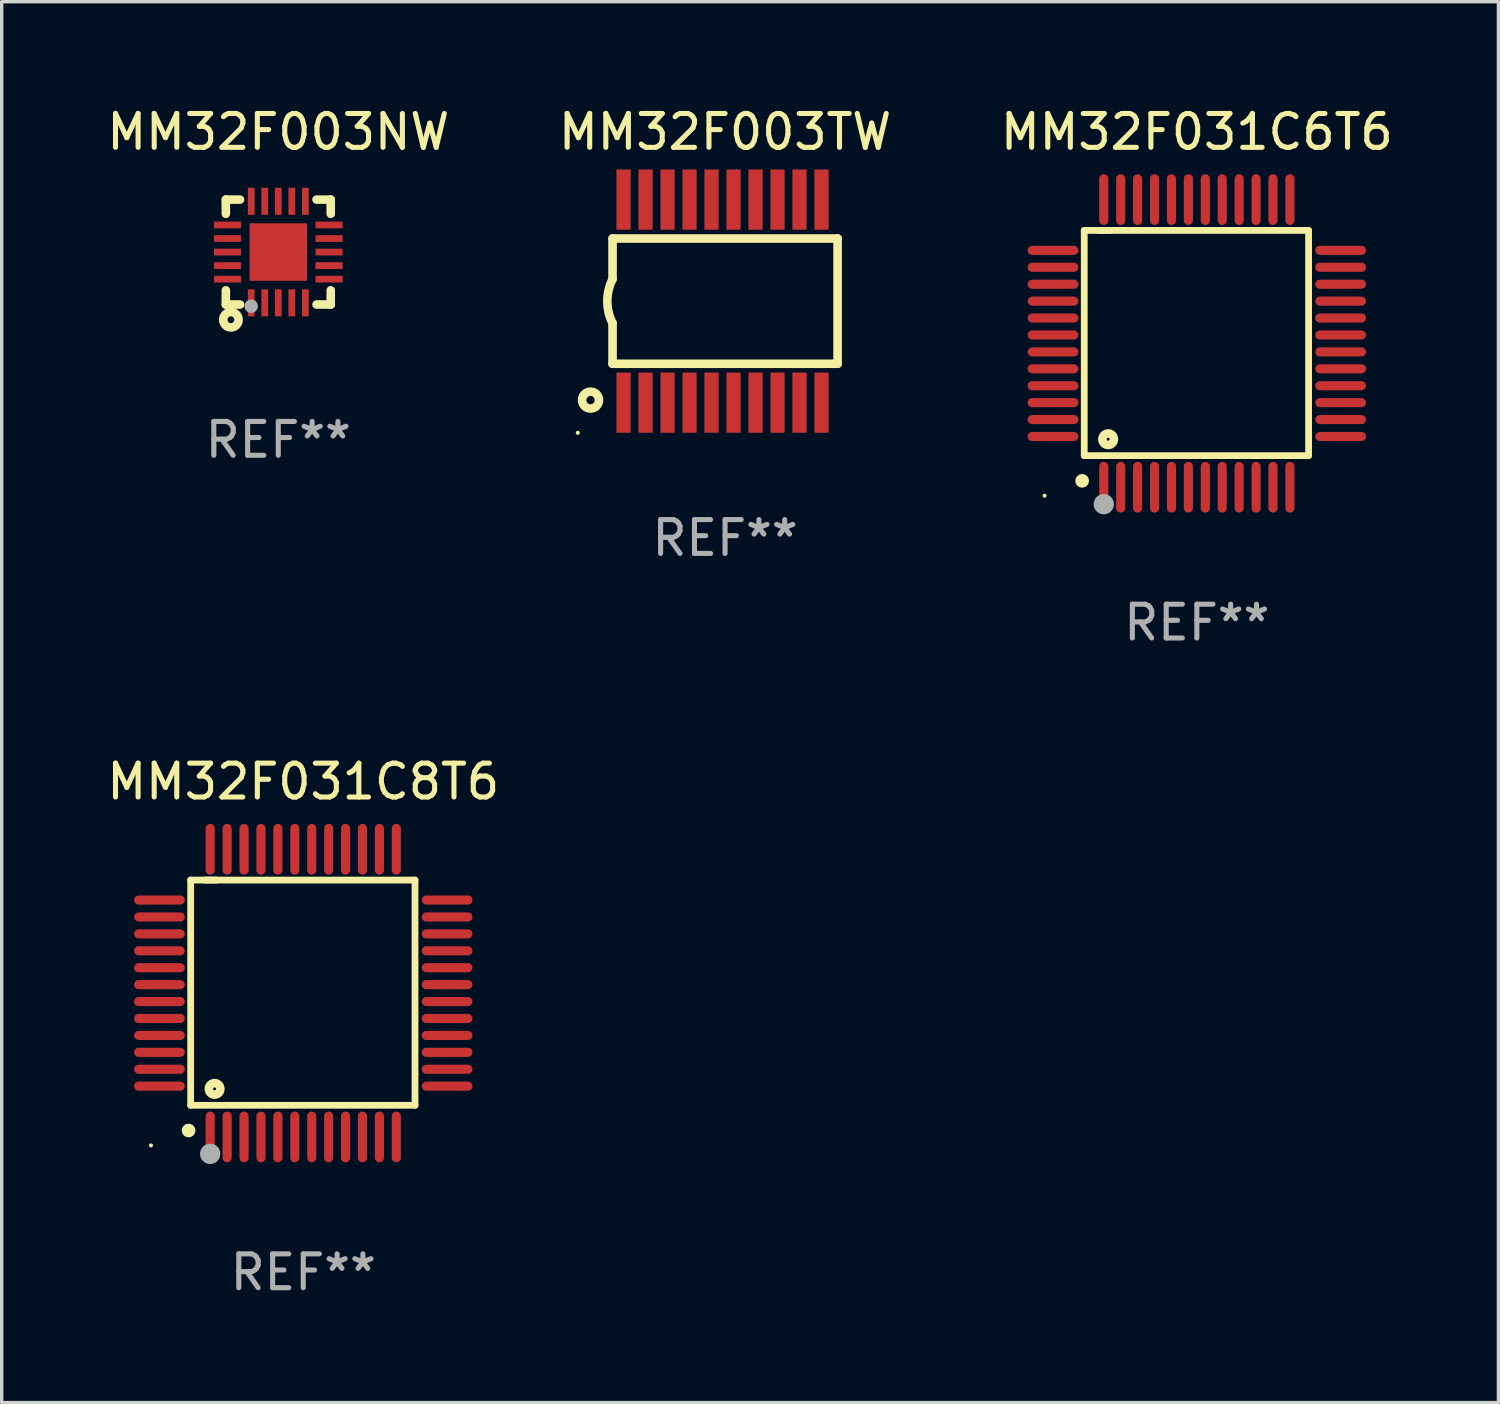
<source format=kicad_pcb>
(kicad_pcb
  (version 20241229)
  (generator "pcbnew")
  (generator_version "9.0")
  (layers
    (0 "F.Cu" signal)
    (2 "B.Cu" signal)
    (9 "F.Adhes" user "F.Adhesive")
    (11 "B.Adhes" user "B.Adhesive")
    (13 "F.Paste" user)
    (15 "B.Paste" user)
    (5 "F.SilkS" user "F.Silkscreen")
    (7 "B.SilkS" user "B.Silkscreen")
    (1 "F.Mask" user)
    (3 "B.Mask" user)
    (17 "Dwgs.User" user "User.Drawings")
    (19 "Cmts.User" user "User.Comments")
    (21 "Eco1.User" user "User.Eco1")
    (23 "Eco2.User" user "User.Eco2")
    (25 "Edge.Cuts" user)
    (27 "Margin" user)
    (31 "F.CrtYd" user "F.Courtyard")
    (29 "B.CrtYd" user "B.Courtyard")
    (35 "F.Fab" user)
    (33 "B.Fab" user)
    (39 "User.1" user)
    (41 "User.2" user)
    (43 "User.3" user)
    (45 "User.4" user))
  (footprint "MM32F031C8T6"
    (layer "F.Cu")
    (at 5.911 26.295)
    (property "Reference" "MM32F031C8T6" (at 0 -6.25 0) (layer "F.SilkS") (effects (font (size 1 1) (thickness 0.15))))
    (attr through_hole)
    (fp_line (start -3.327 -3.34) (end -2.565 -3.34) (stroke (width 0.2) (type solid)) (layer "F.SilkS"))
    (fp_line (start -3.327 3.315) (end -3.327 -3.34) (stroke (width 0.2) (type solid)) (layer "F.SilkS"))
    (fp_line (start -2.896 -3.34) (end 3.302 -3.34) (stroke (width 0.2) (type solid)) (layer "F.SilkS"))
    (fp_line (start 3.302 -3.34) (end 3.302 3.315) (stroke (width 0.2) (type solid)) (layer "F.SilkS"))
    (fp_line (start 3.302 3.315) (end -3.327 3.315) (stroke (width 0.2) (type solid)) (layer "F.SilkS"))
    (fp_arc (start -3.389992 4.059995) (mid -3.388722 4.059991) (end -3.387452 4.059995) (stroke (width 0.4) (type solid)) (layer "F.SilkS"))
    (fp_circle (center -4.5 4.5) (end -4.47 4.5) (stroke (width 0.06) (type solid)) (fill no) (layer "F.SilkS"))
    (fp_circle (center -2.62 2.83) (end -2.45 2.83) (stroke (width 0.254) (type solid)) (fill no) (layer "F.SilkS"))
    (fp_circle (center -2.75 4.75) (end -2.6 4.75) (stroke (width 0.3) (type solid)) (fill no) (layer "F.Fab"))
    (fp_text user "REF**" (at 0 8.25 0) (layer "F.Fab") (effects (font (size 1 1) (thickness 0.15))))
    (pad "1" smd oval (at -2.75 4.25) (size 0.27 1.5) (layers "F.Cu" "F.Mask" "F.Paste"))
    (pad "2" smd oval (at -2.25 4.25) (size 0.27 1.5) (layers "F.Cu" "F.Mask" "F.Paste"))
    (pad "3" smd oval (at -1.75 4.25) (size 0.27 1.5) (layers "F.Cu" "F.Mask" "F.Paste"))
    (pad "4" smd oval (at -1.25 4.25) (size 0.27 1.5) (layers "F.Cu" "F.Mask" "F.Paste"))
    (pad "5" smd oval (at -0.75 4.25) (size 0.27 1.5) (layers "F.Cu" "F.Mask" "F.Paste"))
    (pad "6" smd oval (at -0.25 4.25) (size 0.27 1.5) (layers "F.Cu" "F.Mask" "F.Paste"))
    (pad "7" smd oval (at 0.25 4.25) (size 0.27 1.5) (layers "F.Cu" "F.Mask" "F.Paste"))
    (pad "8" smd oval (at 0.75 4.25) (size 0.27 1.5) (layers "F.Cu" "F.Mask" "F.Paste"))
    (pad "9" smd oval (at 1.25 4.25) (size 0.27 1.5) (layers "F.Cu" "F.Mask" "F.Paste"))
    (pad "10" smd oval (at 1.75 4.25) (size 0.27 1.5) (layers "F.Cu" "F.Mask" "F.Paste"))
    (pad "11" smd oval (at 2.25 4.25) (size 0.27 1.5) (layers "F.Cu" "F.Mask" "F.Paste"))
    (pad "12" smd oval (at 2.75 4.25) (size 0.27 1.5) (layers "F.Cu" "F.Mask" "F.Paste"))
    (pad "13" smd oval (at 4.25 2.75) (size 1.5 0.27) (layers "F.Cu" "F.Mask" "F.Paste"))
    (pad "14" smd oval (at 4.25 2.25) (size 1.5 0.27) (layers "F.Cu" "F.Mask" "F.Paste"))
    (pad "15" smd oval (at 4.25 1.75) (size 1.5 0.27) (layers "F.Cu" "F.Mask" "F.Paste"))
    (pad "16" smd oval (at 4.25 1.25) (size 1.5 0.27) (layers "F.Cu" "F.Mask" "F.Paste"))
    (pad "17" smd oval (at 4.25 0.75) (size 1.5 0.27) (layers "F.Cu" "F.Mask" "F.Paste"))
    (pad "18" smd oval (at 4.25 0.25) (size 1.5 0.27) (layers "F.Cu" "F.Mask" "F.Paste"))
    (pad "19" smd oval (at 4.25 -0.25) (size 1.5 0.27) (layers "F.Cu" "F.Mask" "F.Paste"))
    (pad "20" smd oval (at 4.25 -0.75) (size 1.5 0.27) (layers "F.Cu" "F.Mask" "F.Paste"))
    (pad "21" smd oval (at 4.25 -1.25) (size 1.5 0.27) (layers "F.Cu" "F.Mask" "F.Paste"))
    (pad "22" smd oval (at 4.25 -1.75) (size 1.5 0.27) (layers "F.Cu" "F.Mask" "F.Paste"))
    (pad "23" smd oval (at 4.25 -2.25) (size 1.5 0.27) (layers "F.Cu" "F.Mask" "F.Paste"))
    (pad "24" smd oval (at 4.25 -2.75) (size 1.5 0.27) (layers "F.Cu" "F.Mask" "F.Paste"))
    (pad "25" smd oval (at 2.75 -4.25) (size 0.27 1.5) (layers "F.Cu" "F.Mask" "F.Paste"))
    (pad "26" smd oval (at 2.25 -4.25) (size 0.27 1.5) (layers "F.Cu" "F.Mask" "F.Paste"))
    (pad "27" smd oval (at 1.75 -4.25) (size 0.27 1.5) (layers "F.Cu" "F.Mask" "F.Paste"))
    (pad "28" smd oval (at 1.25 -4.25) (size 0.27 1.5) (layers "F.Cu" "F.Mask" "F.Paste"))
    (pad "29" smd oval (at 0.75 -4.25) (size 0.27 1.5) (layers "F.Cu" "F.Mask" "F.Paste"))
    (pad "30" smd oval (at 0.25 -4.25) (size 0.27 1.5) (layers "F.Cu" "F.Mask" "F.Paste"))
    (pad "31" smd oval (at -0.25 -4.25) (size 0.27 1.5) (layers "F.Cu" "F.Mask" "F.Paste"))
    (pad "32" smd oval (at -0.75 -4.25) (size 0.27 1.5) (layers "F.Cu" "F.Mask" "F.Paste"))
    (pad "33" smd oval (at -1.25 -4.25) (size 0.27 1.5) (layers "F.Cu" "F.Mask" "F.Paste"))
    (pad "34" smd oval (at -1.75 -4.25) (size 0.27 1.5) (layers "F.Cu" "F.Mask" "F.Paste"))
    (pad "35" smd oval (at -2.25 -4.25) (size 0.27 1.5) (layers "F.Cu" "F.Mask" "F.Paste"))
    (pad "36" smd oval (at -2.75 -4.25) (size 0.27 1.5) (layers "F.Cu" "F.Mask" "F.Paste"))
    (pad "37" smd oval (at -4.25 -2.75) (size 1.5 0.27) (layers "F.Cu" "F.Mask" "F.Paste"))
    (pad "38" smd oval (at -4.25 -2.25) (size 1.5 0.27) (layers "F.Cu" "F.Mask" "F.Paste"))
    (pad "39" smd oval (at -4.25 -1.75) (size 1.5 0.27) (layers "F.Cu" "F.Mask" "F.Paste"))
    (pad "40" smd oval (at -4.25 -1.25) (size 1.5 0.27) (layers "F.Cu" "F.Mask" "F.Paste"))
    (pad "41" smd oval (at -4.25 -0.75) (size 1.5 0.27) (layers "F.Cu" "F.Mask" "F.Paste"))
    (pad "42" smd oval (at -4.25 -0.25) (size 1.5 0.27) (layers "F.Cu" "F.Mask" "F.Paste"))
    (pad "43" smd oval (at -4.25 0.25) (size 1.5 0.27) (layers "F.Cu" "F.Mask" "F.Paste"))
    (pad "44" smd oval (at -4.25 0.75) (size 1.5 0.27) (layers "F.Cu" "F.Mask" "F.Paste"))
    (pad "45" smd oval (at -4.25 1.25) (size 1.5 0.27) (layers "F.Cu" "F.Mask" "F.Paste"))
    (pad "46" smd oval (at -4.25 1.75) (size 1.5 0.27) (layers "F.Cu" "F.Mask" "F.Paste"))
    (pad "47" smd oval (at -4.25 2.25) (size 1.5 0.27) (layers "F.Cu" "F.Mask" "F.Paste"))
    (pad "48" smd oval (at -4.25 2.75) (size 1.5 0.27) (layers "F.Cu" "F.Mask" "F.Paste")))
  (footprint "MM32F003TW"
    (layer "F.Cu")
    (at 18.375 5.848)
    (property "Reference" "MM32F003TW" (at 0 -5 0) (layer "F.SilkS") (effects (font (size 1 1) (thickness 0.15))))
    (attr through_hole)
    (fp_line (start -3.325 -1.85) (end -3.325 -0.65) (stroke (width 0.254) (type solid)) (layer "F.SilkS"))
    (fp_line (start -3.325 1.85) (end -3.325 0.65) (stroke (width 0.254) (type solid)) (layer "F.SilkS"))
    (fp_line (start 3.325 -1.85) (end -3.325 -1.85) (stroke (width 0.254) (type solid)) (layer "F.SilkS"))
    (fp_line (start 3.325 -1.85) (end 3.325 1.85) (stroke (width 0.254) (type solid)) (layer "F.SilkS"))
    (fp_line (start 3.325 1.85) (end -3.325 1.85) (stroke (width 0.254) (type solid)) (layer "F.SilkS"))
    (fp_arc (start -3.3262 0.650241) (mid -3.479255 -0.000017) (end -3.324981 -0.649987) (stroke (width 0.254001) (type solid)) (layer "F.SilkS"))
    (fp_circle (center -4.352 3.89) (end -4.322 3.89) (stroke (width 0.06) (type solid)) (fill no) (layer "F.SilkS"))
    (fp_circle (center -3.975 2.925) (end -3.725 2.925) (stroke (width 0.254) (type solid)) (fill no) (layer "F.SilkS"))
    (fp_text user "REF**" (at 0 7 0) (layer "F.Fab") (effects (font (size 1 1) (thickness 0.15))))
    (pad "1" smd rect (at -3 3 90) (size 1.78 0.42) (layers "F.Cu" "F.Mask" "F.Paste"))
    (pad "2" smd rect (at -2.35 3 90) (size 1.78 0.42) (layers "F.Cu" "F.Mask" "F.Paste"))
    (pad "3" smd rect (at -1.7 3 90) (size 1.78 0.42) (layers "F.Cu" "F.Mask" "F.Paste"))
    (pad "4" smd rect (at -1.05 3 90) (size 1.78 0.42) (layers "F.Cu" "F.Mask" "F.Paste"))
    (pad "5" smd rect (at -0.4 3 90) (size 1.78 0.42) (layers "F.Cu" "F.Mask" "F.Paste"))
    (pad "6" smd rect (at 0.25 3 90) (size 1.78 0.42) (layers "F.Cu" "F.Mask" "F.Paste"))
    (pad "7" smd rect (at 0.9 3 90) (size 1.78 0.42) (layers "F.Cu" "F.Mask" "F.Paste"))
    (pad "8" smd rect (at 1.55 3 90) (size 1.78 0.42) (layers "F.Cu" "F.Mask" "F.Paste"))
    (pad "9" smd rect (at 2.2 3 90) (size 1.78 0.42) (layers "F.Cu" "F.Mask" "F.Paste"))
    (pad "10" smd rect (at 2.85 3 90) (size 1.78 0.42) (layers "F.Cu" "F.Mask" "F.Paste"))
    (pad "11" smd rect (at 2.85 -3 90) (size 1.78 0.42) (layers "F.Cu" "F.Mask" "F.Paste"))
    (pad "12" smd rect (at 2.2 -3 90) (size 1.78 0.42) (layers "F.Cu" "F.Mask" "F.Paste"))
    (pad "13" smd rect (at 1.55 -3 90) (size 1.78 0.42) (layers "F.Cu" "F.Mask" "F.Paste"))
    (pad "14" smd rect (at 0.9 -3 90) (size 1.78 0.42) (layers "F.Cu" "F.Mask" "F.Paste"))
    (pad "15" smd rect (at 0.25 -3 90) (size 1.78 0.42) (layers "F.Cu" "F.Mask" "F.Paste"))
    (pad "16" smd rect (at -0.4 -3 90) (size 1.78 0.42) (layers "F.Cu" "F.Mask" "F.Paste"))
    (pad "17" smd rect (at -1.05 -3 90) (size 1.78 0.42) (layers "F.Cu" "F.Mask" "F.Paste"))
    (pad "18" smd rect (at -1.7 -3 90) (size 1.78 0.42) (layers "F.Cu" "F.Mask" "F.Paste"))
    (pad "19" smd rect (at -2.35 -3 90) (size 1.78 0.42) (layers "F.Cu" "F.Mask" "F.Paste"))
    (pad "20" smd rect (at -3 -3 90) (size 1.78 0.42) (layers "F.Cu" "F.Mask" "F.Paste")))
  (footprint "MM32F031C6T6"
    (layer "F.Cu")
    (at 32.315 7.098)
    (property "Reference" "MM32F031C6T6" (at 0 -6.25 0) (layer "F.SilkS") (effects (font (size 1 1) (thickness 0.15))))
    (attr through_hole)
    (fp_line (start -3.327 -3.34) (end -2.565 -3.34) (stroke (width 0.2) (type solid)) (layer "F.SilkS"))
    (fp_line (start -3.327 3.315) (end -3.327 -3.34) (stroke (width 0.2) (type solid)) (layer "F.SilkS"))
    (fp_line (start -2.896 -3.34) (end 3.302 -3.34) (stroke (width 0.2) (type solid)) (layer "F.SilkS"))
    (fp_line (start 3.302 -3.34) (end 3.302 3.315) (stroke (width 0.2) (type solid)) (layer "F.SilkS"))
    (fp_line (start 3.302 3.315) (end -3.327 3.315) (stroke (width 0.2) (type solid)) (layer "F.SilkS"))
    (fp_arc (start -3.389992 4.059995) (mid -3.388722 4.059991) (end -3.387452 4.059995) (stroke (width 0.4) (type solid)) (layer "F.SilkS"))
    (fp_circle (center -4.5 4.5) (end -4.47 4.5) (stroke (width 0.06) (type solid)) (fill no) (layer "F.SilkS"))
    (fp_circle (center -2.62 2.83) (end -2.45 2.83) (stroke (width 0.254) (type solid)) (fill no) (layer "F.SilkS"))
    (fp_circle (center -2.75 4.75) (end -2.6 4.75) (stroke (width 0.3) (type solid)) (fill no) (layer "F.Fab"))
    (fp_text user "REF**" (at 0 8.25 0) (layer "F.Fab") (effects (font (size 1 1) (thickness 0.15))))
    (pad "1" smd oval (at -2.75 4.25) (size 0.27 1.5) (layers "F.Cu" "F.Mask" "F.Paste"))
    (pad "2" smd oval (at -2.25 4.25) (size 0.27 1.5) (layers "F.Cu" "F.Mask" "F.Paste"))
    (pad "3" smd oval (at -1.75 4.25) (size 0.27 1.5) (layers "F.Cu" "F.Mask" "F.Paste"))
    (pad "4" smd oval (at -1.25 4.25) (size 0.27 1.5) (layers "F.Cu" "F.Mask" "F.Paste"))
    (pad "5" smd oval (at -0.75 4.25) (size 0.27 1.5) (layers "F.Cu" "F.Mask" "F.Paste"))
    (pad "6" smd oval (at -0.25 4.25) (size 0.27 1.5) (layers "F.Cu" "F.Mask" "F.Paste"))
    (pad "7" smd oval (at 0.25 4.25) (size 0.27 1.5) (layers "F.Cu" "F.Mask" "F.Paste"))
    (pad "8" smd oval (at 0.75 4.25) (size 0.27 1.5) (layers "F.Cu" "F.Mask" "F.Paste"))
    (pad "9" smd oval (at 1.25 4.25) (size 0.27 1.5) (layers "F.Cu" "F.Mask" "F.Paste"))
    (pad "10" smd oval (at 1.75 4.25) (size 0.27 1.5) (layers "F.Cu" "F.Mask" "F.Paste"))
    (pad "11" smd oval (at 2.25 4.25) (size 0.27 1.5) (layers "F.Cu" "F.Mask" "F.Paste"))
    (pad "12" smd oval (at 2.75 4.25) (size 0.27 1.5) (layers "F.Cu" "F.Mask" "F.Paste"))
    (pad "13" smd oval (at 4.25 2.75) (size 1.5 0.27) (layers "F.Cu" "F.Mask" "F.Paste"))
    (pad "14" smd oval (at 4.25 2.25) (size 1.5 0.27) (layers "F.Cu" "F.Mask" "F.Paste"))
    (pad "15" smd oval (at 4.25 1.75) (size 1.5 0.27) (layers "F.Cu" "F.Mask" "F.Paste"))
    (pad "16" smd oval (at 4.25 1.25) (size 1.5 0.27) (layers "F.Cu" "F.Mask" "F.Paste"))
    (pad "17" smd oval (at 4.25 0.75) (size 1.5 0.27) (layers "F.Cu" "F.Mask" "F.Paste"))
    (pad "18" smd oval (at 4.25 0.25) (size 1.5 0.27) (layers "F.Cu" "F.Mask" "F.Paste"))
    (pad "19" smd oval (at 4.25 -0.25) (size 1.5 0.27) (layers "F.Cu" "F.Mask" "F.Paste"))
    (pad "20" smd oval (at 4.25 -0.75) (size 1.5 0.27) (layers "F.Cu" "F.Mask" "F.Paste"))
    (pad "21" smd oval (at 4.25 -1.25) (size 1.5 0.27) (layers "F.Cu" "F.Mask" "F.Paste"))
    (pad "22" smd oval (at 4.25 -1.75) (size 1.5 0.27) (layers "F.Cu" "F.Mask" "F.Paste"))
    (pad "23" smd oval (at 4.25 -2.25) (size 1.5 0.27) (layers "F.Cu" "F.Mask" "F.Paste"))
    (pad "24" smd oval (at 4.25 -2.75) (size 1.5 0.27) (layers "F.Cu" "F.Mask" "F.Paste"))
    (pad "25" smd oval (at 2.75 -4.25) (size 0.27 1.5) (layers "F.Cu" "F.Mask" "F.Paste"))
    (pad "26" smd oval (at 2.25 -4.25) (size 0.27 1.5) (layers "F.Cu" "F.Mask" "F.Paste"))
    (pad "27" smd oval (at 1.75 -4.25) (size 0.27 1.5) (layers "F.Cu" "F.Mask" "F.Paste"))
    (pad "28" smd oval (at 1.25 -4.25) (size 0.27 1.5) (layers "F.Cu" "F.Mask" "F.Paste"))
    (pad "29" smd oval (at 0.75 -4.25) (size 0.27 1.5) (layers "F.Cu" "F.Mask" "F.Paste"))
    (pad "30" smd oval (at 0.25 -4.25) (size 0.27 1.5) (layers "F.Cu" "F.Mask" "F.Paste"))
    (pad "31" smd oval (at -0.25 -4.25) (size 0.27 1.5) (layers "F.Cu" "F.Mask" "F.Paste"))
    (pad "32" smd oval (at -0.75 -4.25) (size 0.27 1.5) (layers "F.Cu" "F.Mask" "F.Paste"))
    (pad "33" smd oval (at -1.25 -4.25) (size 0.27 1.5) (layers "F.Cu" "F.Mask" "F.Paste"))
    (pad "34" smd oval (at -1.75 -4.25) (size 0.27 1.5) (layers "F.Cu" "F.Mask" "F.Paste"))
    (pad "35" smd oval (at -2.25 -4.25) (size 0.27 1.5) (layers "F.Cu" "F.Mask" "F.Paste"))
    (pad "36" smd oval (at -2.75 -4.25) (size 0.27 1.5) (layers "F.Cu" "F.Mask" "F.Paste"))
    (pad "37" smd oval (at -4.25 -2.75) (size 1.5 0.27) (layers "F.Cu" "F.Mask" "F.Paste"))
    (pad "38" smd oval (at -4.25 -2.25) (size 1.5 0.27) (layers "F.Cu" "F.Mask" "F.Paste"))
    (pad "39" smd oval (at -4.25 -1.75) (size 1.5 0.27) (layers "F.Cu" "F.Mask" "F.Paste"))
    (pad "40" smd oval (at -4.25 -1.25) (size 1.5 0.27) (layers "F.Cu" "F.Mask" "F.Paste"))
    (pad "41" smd oval (at -4.25 -0.75) (size 1.5 0.27) (layers "F.Cu" "F.Mask" "F.Paste"))
    (pad "42" smd oval (at -4.25 -0.25) (size 1.5 0.27) (layers "F.Cu" "F.Mask" "F.Paste"))
    (pad "43" smd oval (at -4.25 0.25) (size 1.5 0.27) (layers "F.Cu" "F.Mask" "F.Paste"))
    (pad "44" smd oval (at -4.25 0.75) (size 1.5 0.27) (layers "F.Cu" "F.Mask" "F.Paste"))
    (pad "45" smd oval (at -4.25 1.25) (size 1.5 0.27) (layers "F.Cu" "F.Mask" "F.Paste"))
    (pad "46" smd oval (at -4.25 1.75) (size 1.5 0.27) (layers "F.Cu" "F.Mask" "F.Paste"))
    (pad "47" smd oval (at -4.25 2.25) (size 1.5 0.27) (layers "F.Cu" "F.Mask" "F.Paste"))
    (pad "48" smd oval (at -4.25 2.75) (size 1.5 0.27) (layers "F.Cu" "F.Mask" "F.Paste")))
  (footprint "MM32F003NW"
    (layer "F.Cu")
    (at 5.173 4.398)
    (property "Reference" "MM32F003NW" (at 0 -3.55 0) (layer "F.SilkS") (effects (font (size 1 1) (thickness 0.15))))
    (attr through_hole)
    (fp_line (start -1.55 -1.131) (end -1.55 -1.55) (stroke (width 0.254) (type solid)) (layer "F.SilkS"))
    (fp_line (start -1.55 1.55) (end -1.55 1.131) (stroke (width 0.254) (type solid)) (layer "F.SilkS"))
    (fp_line (start -1.55 1.55) (end -1.131 1.55) (stroke (width 0.254) (type solid)) (layer "F.SilkS"))
    (fp_line (start -1.131 -1.55) (end -1.55 -1.55) (stroke (width 0.254) (type solid)) (layer "F.SilkS"))
    (fp_line (start 1.131 1.55) (end 1.55 1.55) (stroke (width 0.254) (type solid)) (layer "F.SilkS"))
    (fp_line (start 1.55 -1.55) (end 1.131 -1.55) (stroke (width 0.254) (type solid)) (layer "F.SilkS"))
    (fp_line (start 1.55 -1.55) (end 1.55 -1.131) (stroke (width 0.254) (type solid)) (layer "F.SilkS"))
    (fp_line (start 1.55 1.131) (end 1.55 1.55) (stroke (width 0.254) (type solid)) (layer "F.SilkS"))
    (fp_circle (center -1.5 1.5) (end -1.47 1.5) (stroke (width 0.06) (type solid)) (fill no) (layer "F.SilkS"))
    (fp_circle (center -1.4 2) (end -1.3 2) (stroke (width 0.254) (type solid)) (fill no) (layer "F.SilkS"))
    (fp_circle (center -0.8 1.6) (end -0.7 1.6) (stroke (width 0.2) (type solid)) (fill no) (layer "F.Fab"))
    (fp_text user "REF**" (at 0 5.55 0) (layer "F.Fab") (effects (font (size 1 1) (thickness 0.15))))
    (pad "1" smd rect (at -0.8 1.5 180) (size 0.2 0.8) (layers "F.Cu" "F.Mask" "F.Paste"))
    (pad "2" smd rect (at -0.4 1.5 180) (size 0.2 0.8) (layers "F.Cu" "F.Mask" "F.Paste"))
    (pad "3" smd rect (at 0 1.5 180) (size 0.2 0.8) (layers "F.Cu" "F.Mask" "F.Paste"))
    (pad "4" smd rect (at 0.4 1.5 180) (size 0.2 0.8) (layers "F.Cu" "F.Mask" "F.Paste"))
    (pad "5" smd rect (at 0.8 1.5 180) (size 0.2 0.8) (layers "F.Cu" "F.Mask" "F.Paste"))
    (pad "6" smd rect (at 1.5 0.8 90) (size 0.2 0.8) (layers "F.Cu" "F.Mask" "F.Paste"))
    (pad "7" smd rect (at 1.5 0.4 90) (size 0.2 0.8) (layers "F.Cu" "F.Mask" "F.Paste"))
    (pad "8" smd rect (at 1.5 0 90) (size 0.2 0.8) (layers "F.Cu" "F.Mask" "F.Paste"))
    (pad "9" smd rect (at 1.5 -0.4 90) (size 0.2 0.8) (layers "F.Cu" "F.Mask" "F.Paste"))
    (pad "10" smd rect (at 1.5 -0.8 90) (size 0.2 0.8) (layers "F.Cu" "F.Mask" "F.Paste"))
    (pad "11" smd rect (at 0.8 -1.5 180) (size 0.2 0.8) (layers "F.Cu" "F.Mask" "F.Paste"))
    (pad "12" smd rect (at 0.4 -1.5 180) (size 0.2 0.8) (layers "F.Cu" "F.Mask" "F.Paste"))
    (pad "13" smd rect (at 0 -1.5 180) (size 0.2 0.8) (layers "F.Cu" "F.Mask" "F.Paste"))
    (pad "14" smd rect (at -0.4 -1.5 180) (size 0.2 0.8) (layers "F.Cu" "F.Mask" "F.Paste"))
    (pad "15" smd rect (at -0.8 -1.5 180) (size 0.2 0.8) (layers "F.Cu" "F.Mask" "F.Paste"))
    (pad "16" smd rect (at -1.5 -0.8 270) (size 0.2 0.8) (layers "F.Cu" "F.Mask" "F.Paste"))
    (pad "17" smd rect (at -1.5 -0.4 270) (size 0.2 0.8) (layers "F.Cu" "F.Mask" "F.Paste"))
    (pad "18" smd rect (at -1.5 -0.000254 270) (size 0.2 0.8) (layers "F.Cu" "F.Mask" "F.Paste"))
    (pad "19" smd rect (at -1.5 0.4 270) (size 0.2 0.8) (layers "F.Cu" "F.Mask" "F.Paste"))
    (pad "20" smd rect (at -1.5 0.8 270) (size 0.2 0.8) (layers "F.Cu" "F.Mask" "F.Paste"))
    (pad "21" smd rect (at 0 0 270) (size 1.7 1.7) (layers "F.Cu" "F.Mask" "F.Paste")))
  (gr_rect
    (start -3 -3)
    (end 41.226 38.393)
    (stroke (width 0.1) (type default))
    (fill no)
    (layer "Edge.Cuts")))
</source>
